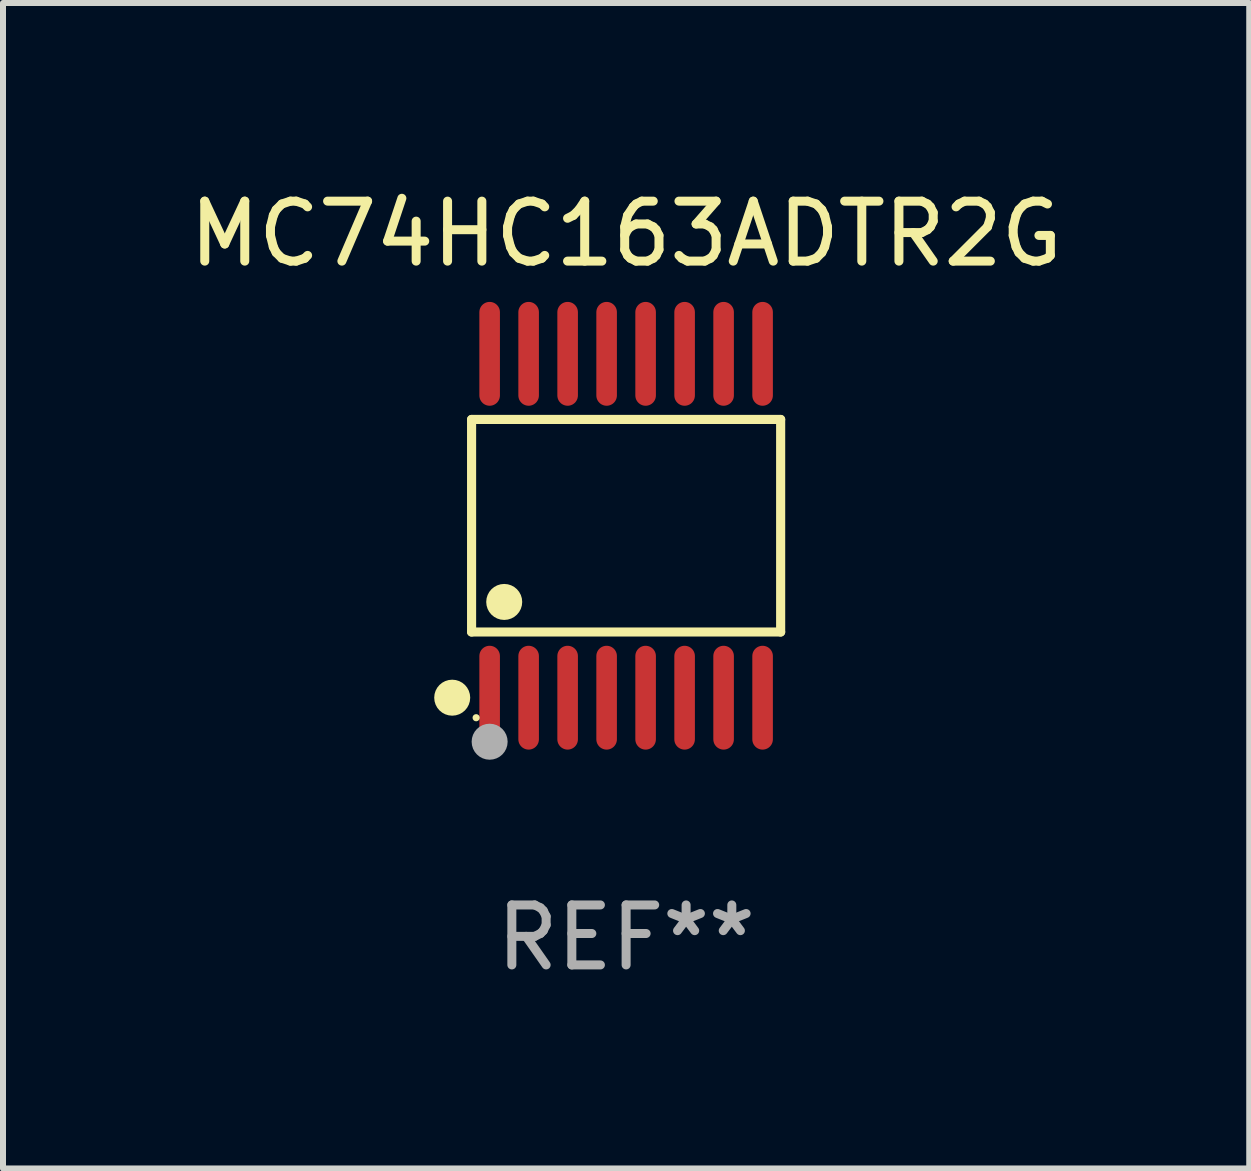
<source format=kicad_pcb>
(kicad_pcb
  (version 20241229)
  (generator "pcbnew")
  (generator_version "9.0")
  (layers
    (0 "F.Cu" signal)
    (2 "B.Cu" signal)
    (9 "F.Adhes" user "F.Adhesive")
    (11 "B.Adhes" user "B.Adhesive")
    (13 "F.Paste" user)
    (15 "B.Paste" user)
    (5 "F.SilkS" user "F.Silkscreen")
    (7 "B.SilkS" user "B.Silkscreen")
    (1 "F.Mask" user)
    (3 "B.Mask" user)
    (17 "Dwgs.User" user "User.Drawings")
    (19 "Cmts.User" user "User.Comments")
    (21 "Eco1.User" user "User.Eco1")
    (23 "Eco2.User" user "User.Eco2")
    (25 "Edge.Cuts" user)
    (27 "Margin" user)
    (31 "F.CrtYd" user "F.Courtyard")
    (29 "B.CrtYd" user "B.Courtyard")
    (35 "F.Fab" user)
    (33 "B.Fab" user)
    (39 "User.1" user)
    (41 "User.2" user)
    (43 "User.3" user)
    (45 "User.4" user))
  (footprint "MC74HC163ADTR2G"
    (layer "F.Cu")
    (at 7.387 5.714)
    (property "Reference" "MC74HC163ADTR2G" (at 0 -4.866 0) (layer "F.SilkS") (effects (font (size 1 1) (thickness 0.15))))
    (attr through_hole)
    (fp_line (start -2.576 -1.772) (end 2.576 -1.772) (stroke (width 0.152) (type solid)) (layer "F.SilkS"))
    (fp_line (start -2.576 1.771) (end -2.576 -1.772) (stroke (width 0.152) (type solid)) (layer "F.SilkS"))
    (fp_line (start 2.576 -1.772) (end 2.576 1.771) (stroke (width 0.152) (type solid)) (layer "F.SilkS"))
    (fp_line (start 2.576 1.771) (end -2.576 1.771) (stroke (width 0.152) (type solid)) (layer "F.SilkS"))
    (fp_circle (center -2.899 2.866) (end -2.749 2.866) (stroke (width 0.3) (type solid)) (fill no) (layer "F.SilkS"))
    (fp_circle (center -2.5 3.2) (end -2.47 3.2) (stroke (width 0.06) (type solid)) (fill no) (layer "F.SilkS"))
    (fp_circle (center -2.032 1.27) (end -1.882 1.27) (stroke (width 0.3) (type solid)) (fill no) (layer "F.SilkS"))
    (fp_circle (center -2.275 3.6) (end -2.125 3.6) (stroke (width 0.3) (type solid)) (fill no) (layer "F.Fab"))
    (fp_text user "REF**" (at 0 6.866 0) (layer "F.Fab") (effects (font (size 1 1) (thickness 0.15))))
    (pad "1" smd oval (at -2.275 2.866) (size 0.343 1.731) (layers "F.Cu" "F.Mask" "F.Paste"))
    (pad "2" smd oval (at -1.625 2.866) (size 0.343 1.731) (layers "F.Cu" "F.Mask" "F.Paste"))
    (pad "3" smd oval (at -0.975 2.866) (size 0.343 1.731) (layers "F.Cu" "F.Mask" "F.Paste"))
    (pad "4" smd oval (at -0.325 2.866) (size 0.343 1.731) (layers "F.Cu" "F.Mask" "F.Paste"))
    (pad "5" smd oval (at 0.325 2.866) (size 0.343 1.731) (layers "F.Cu" "F.Mask" "F.Paste"))
    (pad "6" smd oval (at 0.975 2.866) (size 0.343 1.731) (layers "F.Cu" "F.Mask" "F.Paste"))
    (pad "7" smd oval (at 1.625 2.866) (size 0.343 1.731) (layers "F.Cu" "F.Mask" "F.Paste"))
    (pad "8" smd oval (at 2.275 2.866) (size 0.343 1.731) (layers "F.Cu" "F.Mask" "F.Paste"))
    (pad "9" smd oval (at 2.275 -2.866) (size 0.343 1.731) (layers "F.Cu" "F.Mask" "F.Paste"))
    (pad "10" smd oval (at 1.625 -2.866) (size 0.343 1.731) (layers "F.Cu" "F.Mask" "F.Paste"))
    (pad "11" smd oval (at 0.975 -2.866) (size 0.343 1.731) (layers "F.Cu" "F.Mask" "F.Paste"))
    (pad "12" smd oval (at 0.325 -2.866) (size 0.343 1.731) (layers "F.Cu" "F.Mask" "F.Paste"))
    (pad "13" smd oval (at -0.325 -2.866) (size 0.343 1.731) (layers "F.Cu" "F.Mask" "F.Paste"))
    (pad "14" smd oval (at -0.975 -2.866) (size 0.343 1.731) (layers "F.Cu" "F.Mask" "F.Paste"))
    (pad "15" smd oval (at -1.625 -2.866) (size 0.343 1.731) (layers "F.Cu" "F.Mask" "F.Paste"))
    (pad "16" smd oval (at -2.275 -2.866) (size 0.343 1.731) (layers "F.Cu" "F.Mask" "F.Paste")))
  (gr_rect
    (start -3 -3)
    (end 17.774 16.428)
    (stroke (width 0.1) (type default))
    (fill no)
    (layer "Edge.Cuts")))
</source>
